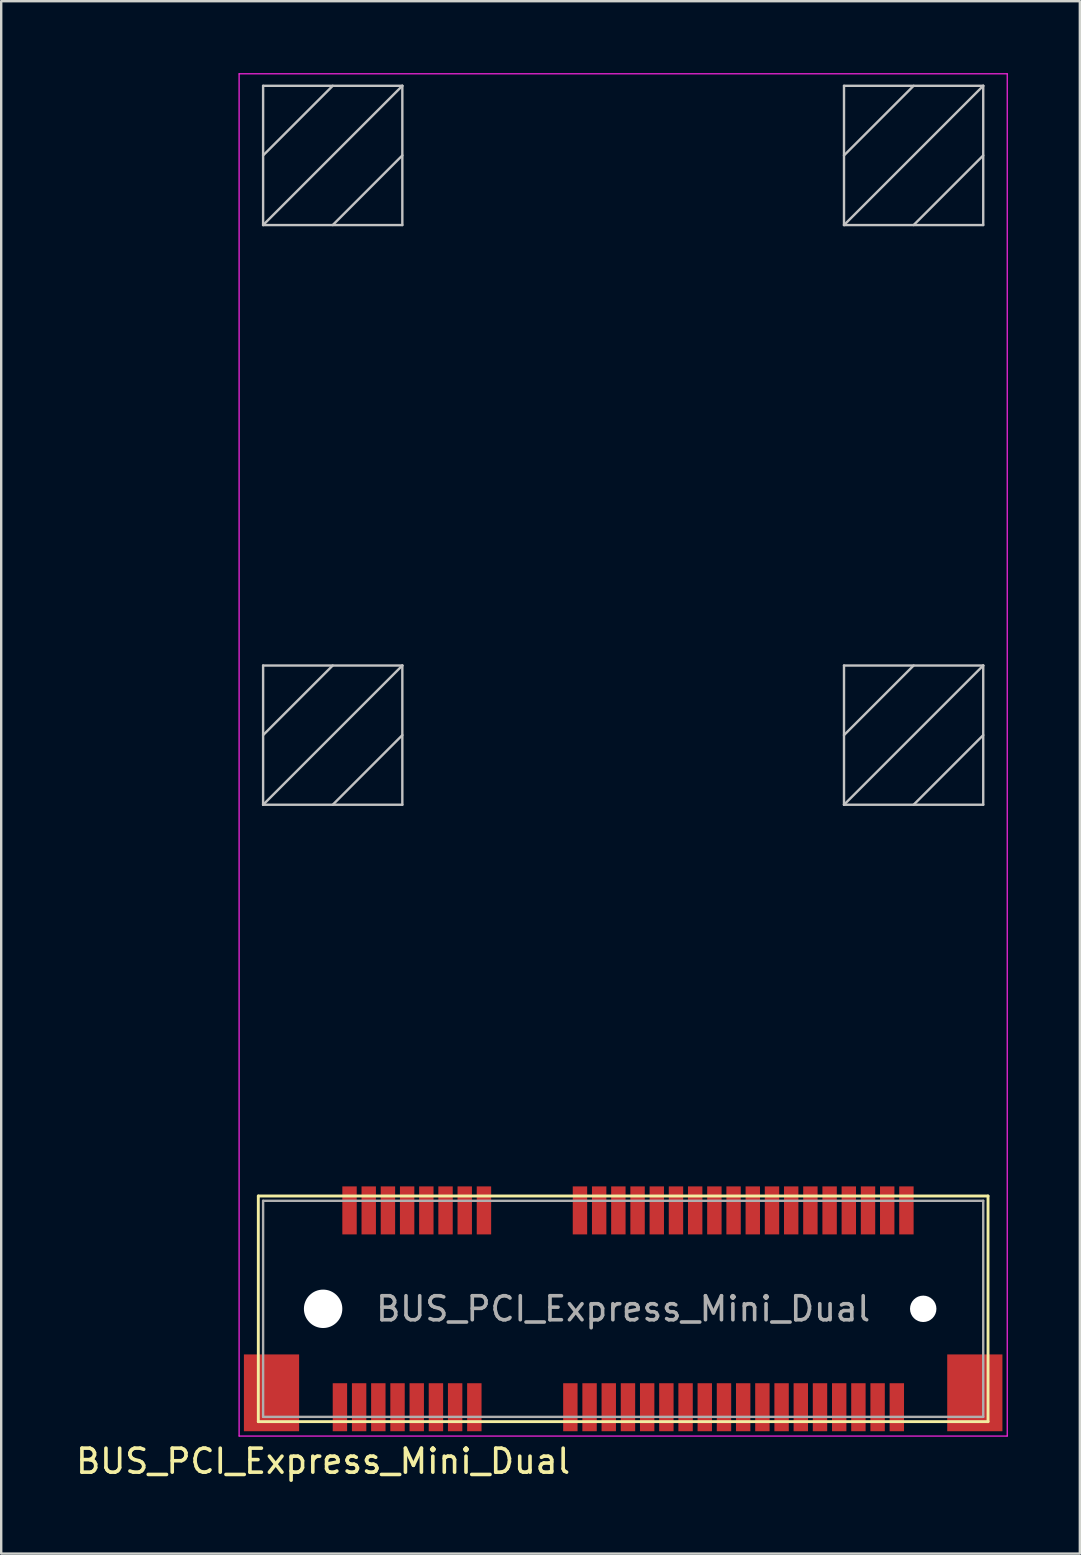
<source format=kicad_pcb>
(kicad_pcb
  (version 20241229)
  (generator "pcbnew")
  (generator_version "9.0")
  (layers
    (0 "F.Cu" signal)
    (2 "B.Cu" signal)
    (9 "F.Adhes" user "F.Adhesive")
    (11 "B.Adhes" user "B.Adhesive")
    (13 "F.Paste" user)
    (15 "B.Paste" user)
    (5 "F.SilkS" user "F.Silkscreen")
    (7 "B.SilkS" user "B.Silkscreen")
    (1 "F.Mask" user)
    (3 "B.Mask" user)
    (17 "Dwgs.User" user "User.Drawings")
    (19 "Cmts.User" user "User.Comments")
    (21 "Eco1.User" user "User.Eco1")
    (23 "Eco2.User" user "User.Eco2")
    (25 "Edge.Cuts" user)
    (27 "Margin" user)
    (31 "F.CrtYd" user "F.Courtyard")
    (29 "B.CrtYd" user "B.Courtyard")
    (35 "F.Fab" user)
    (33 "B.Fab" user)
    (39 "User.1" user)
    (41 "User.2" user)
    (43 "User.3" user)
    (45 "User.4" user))
  (footprint "BUS_PCI_Express_Mini_Dual"
    (layer "F.Cu")
    (at 22.911 51.475)
    (property "Reference" "BUS_PCI_Express_Mini_Dual" (at -12.5 6.35 180) (layer "F.SilkS") (effects (font (size 1 1) (thickness 0.15))))
    (attr smd)
    (fp_line (start -15.2 -4.7) (end -15.2 4.7) (stroke (width 0.12) (type solid)) (layer "F.SilkS"))
    (fp_line (start -15.2 4.7) (end 15.2 4.7) (stroke (width 0.12) (type solid)) (layer "F.SilkS"))
    (fp_line (start 15.2 -4.7) (end -15.2 -4.7) (stroke (width 0.12) (type solid)) (layer "F.SilkS"))
    (fp_line (start 15.2 4.7) (end 15.2 -4.7) (stroke (width 0.12) (type solid)) (layer "F.SilkS"))
    (fp_line (start -15 -50.95) (end -15 -45.15) (stroke (width 0.1) (type solid)) (layer "Dwgs.User"))
    (fp_line (start -15 -50.95) (end -9.2 -50.95) (stroke (width 0.1) (type solid)) (layer "Dwgs.User"))
    (fp_line (start -15 -45.15) (end -9.2 -45.15) (stroke (width 0.1) (type solid)) (layer "Dwgs.User"))
    (fp_line (start -15 -26.8) (end -15 -21) (stroke (width 0.1) (type solid)) (layer "Dwgs.User"))
    (fp_line (start -15 -21) (end -9.2 -21) (stroke (width 0.1) (type solid)) (layer "Dwgs.User"))
    (fp_line (start -12.1 -50.95) (end -15 -48.05) (stroke (width 0.1) (type solid)) (layer "Dwgs.User"))
    (fp_line (start -12.1 -26.8) (end -15 -23.9) (stroke (width 0.1) (type solid)) (layer "Dwgs.User"))
    (fp_line (start -9.2 -50.95) (end -15 -45.15) (stroke (width 0.1) (type solid)) (layer "Dwgs.User"))
    (fp_line (start -9.2 -50.95) (end -9.2 -45.15) (stroke (width 0.1) (type solid)) (layer "Dwgs.User"))
    (fp_line (start -9.2 -48.05) (end -12.1 -45.15) (stroke (width 0.1) (type solid)) (layer "Dwgs.User"))
    (fp_line (start -9.2 -26.8) (end -15 -26.8) (stroke (width 0.1) (type solid)) (layer "Dwgs.User"))
    (fp_line (start -9.2 -26.8) (end -15 -21) (stroke (width 0.1) (type solid)) (layer "Dwgs.User"))
    (fp_line (start -9.2 -23.9) (end -12.1 -21) (stroke (width 0.1) (type solid)) (layer "Dwgs.User"))
    (fp_line (start -9.2 -21) (end -9.2 -26.8) (stroke (width 0.1) (type solid)) (layer "Dwgs.User"))
    (fp_line (start 9.2 -50.95) (end 9.2 -45.15) (stroke (width 0.1) (type solid)) (layer "Dwgs.User"))
    (fp_line (start 9.2 -50.95) (end 15 -50.95) (stroke (width 0.1) (type solid)) (layer "Dwgs.User"))
    (fp_line (start 9.2 -45.15) (end 15 -45.15) (stroke (width 0.1) (type solid)) (layer "Dwgs.User"))
    (fp_line (start 9.2 -26.8) (end 15 -26.8) (stroke (width 0.1) (type solid)) (layer "Dwgs.User"))
    (fp_line (start 9.2 -21) (end 9.2 -26.8) (stroke (width 0.1) (type solid)) (layer "Dwgs.User"))
    (fp_line (start 12.1 -50.95) (end 9.2 -48.05) (stroke (width 0.1) (type solid)) (layer "Dwgs.User"))
    (fp_line (start 12.1 -26.8) (end 9.2 -23.9) (stroke (width 0.1) (type solid)) (layer "Dwgs.User"))
    (fp_line (start 15 -50.95) (end 9.2 -45.15) (stroke (width 0.1) (type solid)) (layer "Dwgs.User"))
    (fp_line (start 15 -50.95) (end 15 -45.15) (stroke (width 0.1) (type solid)) (layer "Dwgs.User"))
    (fp_line (start 15 -48.05) (end 12.1 -45.15) (stroke (width 0.1) (type solid)) (layer "Dwgs.User"))
    (fp_line (start 15 -26.8) (end 9.2 -21) (stroke (width 0.1) (type solid)) (layer "Dwgs.User"))
    (fp_line (start 15 -26.8) (end 15 -21) (stroke (width 0.1) (type solid)) (layer "Dwgs.User"))
    (fp_line (start 15 -23.9) (end 12.1 -21) (stroke (width 0.1) (type solid)) (layer "Dwgs.User"))
    (fp_line (start 15 -21) (end 9.2 -21) (stroke (width 0.1) (type solid)) (layer "Dwgs.User"))
    (fp_line (start -16 -51.45) (end 16 -51.45) (stroke (width 0.05) (type solid)) (layer "F.CrtYd"))
    (fp_line (start -16 5.3) (end -16 -51.45) (stroke (width 0.05) (type solid)) (layer "F.CrtYd"))
    (fp_line (start 16 -51.45) (end 16 5.3) (stroke (width 0.05) (type solid)) (layer "F.CrtYd"))
    (fp_line (start 16 5.3) (end -16 5.3) (stroke (width 0.05) (type solid)) (layer "F.CrtYd"))
    (fp_line (start -15 -4.5) (end -15 4.5) (stroke (width 0.1) (type solid)) (layer "F.Fab"))
    (fp_line (start -15 4.5) (end 15 4.5) (stroke (width 0.1) (type solid)) (layer "F.Fab"))
    (fp_line (start 15 -4.5) (end -15 -4.5) (stroke (width 0.1) (type solid)) (layer "F.Fab"))
    (fp_line (start 15 4.5) (end 15 -4.5) (stroke (width 0.1) (type solid)) (layer "F.Fab"))
    (fp_text user "${REFERENCE}" (at 0 0 0) (layer "F.Fab") (effects (font (size 1 1) (thickness 0.15))))
    (pad "" np_thru_hole circle (at -12.5 0) (size 1.6 1.6) (drill 1.6) (layers "*.Cu" "*.Mask"))
    (pad "" np_thru_hole circle (at 12.5 0) (size 1.1 1.1) (drill 1.1) (layers "*.Cu" "*.Mask"))
    (pad "1" smd rect (at -11.8 4.1) (size 0.6 2) (layers "F.Cu" "F.Mask" "F.Paste"))
    (pad "2" smd rect (at -11.4 -4.1) (size 0.6 2) (layers "F.Cu" "F.Mask" "F.Paste"))
    (pad "3" smd rect (at -11 4.1) (size 0.6 2) (layers "F.Cu" "F.Mask" "F.Paste"))
    (pad "4" smd rect (at -10.6 -4.1) (size 0.6 2) (layers "F.Cu" "F.Mask" "F.Paste"))
    (pad "5" smd rect (at -10.2 4.1) (size 0.6 2) (layers "F.Cu" "F.Mask" "F.Paste"))
    (pad "6" smd rect (at -9.8 -4.1) (size 0.6 2) (layers "F.Cu" "F.Mask" "F.Paste"))
    (pad "7" smd rect (at -9.4 4.1) (size 0.6 2) (layers "F.Cu" "F.Mask" "F.Paste"))
    (pad "8" smd rect (at -9 -4.1) (size 0.6 2) (layers "F.Cu" "F.Mask" "F.Paste"))
    (pad "9" smd rect (at -8.6 4.1) (size 0.6 2) (layers "F.Cu" "F.Mask" "F.Paste"))
    (pad "10" smd rect (at -8.2 -4.1) (size 0.6 2) (layers "F.Cu" "F.Mask" "F.Paste"))
    (pad "11" smd rect (at -7.8 4.1) (size 0.6 2) (layers "F.Cu" "F.Mask" "F.Paste"))
    (pad "12" smd rect (at -7.4 -4.1) (size 0.6 2) (layers "F.Cu" "F.Mask" "F.Paste"))
    (pad "13" smd rect (at -7 4.1) (size 0.6 2) (layers "F.Cu" "F.Mask" "F.Paste"))
    (pad "14" smd rect (at -6.6 -4.1) (size 0.6 2) (layers "F.Cu" "F.Mask" "F.Paste"))
    (pad "15" smd rect (at -6.2 4.1) (size 0.6 2) (layers "F.Cu" "F.Mask" "F.Paste"))
    (pad "16" smd rect (at -5.8 -4.1) (size 0.6 2) (layers "F.Cu" "F.Mask" "F.Paste"))
    (pad "17" smd rect (at -2.2 4.1) (size 0.6 2) (layers "F.Cu" "F.Mask" "F.Paste"))
    (pad "18" smd rect (at -1.8 -4.1) (size 0.6 2) (layers "F.Cu" "F.Mask" "F.Paste"))
    (pad "19" smd rect (at -1.4 4.1) (size 0.6 2) (layers "F.Cu" "F.Mask" "F.Paste"))
    (pad "20" smd rect (at -1 -4.1) (size 0.6 2) (layers "F.Cu" "F.Mask" "F.Paste"))
    (pad "21" smd rect (at -0.6 4.1) (size 0.6 2) (layers "F.Cu" "F.Mask" "F.Paste"))
    (pad "22" smd rect (at -0.2 -4.1) (size 0.6 2) (layers "F.Cu" "F.Mask" "F.Paste"))
    (pad "23" smd rect (at 0.2 4.1) (size 0.6 2) (layers "F.Cu" "F.Mask" "F.Paste"))
    (pad "24" smd rect (at 0.6 -4.1) (size 0.6 2) (layers "F.Cu" "F.Mask" "F.Paste"))
    (pad "25" smd rect (at 1 4.1) (size 0.6 2) (layers "F.Cu" "F.Mask" "F.Paste"))
    (pad "26" smd rect (at 1.4 -4.1) (size 0.6 2) (layers "F.Cu" "F.Mask" "F.Paste"))
    (pad "27" smd rect (at 1.8 4.1) (size 0.6 2) (layers "F.Cu" "F.Mask" "F.Paste"))
    (pad "28" smd rect (at 2.2 -4.1) (size 0.6 2) (layers "F.Cu" "F.Mask" "F.Paste"))
    (pad "29" smd rect (at 2.6 4.1) (size 0.6 2) (layers "F.Cu" "F.Mask" "F.Paste"))
    (pad "30" smd rect (at 3 -4.1) (size 0.6 2) (layers "F.Cu" "F.Mask" "F.Paste"))
    (pad "31" smd rect (at 3.4 4.1) (size 0.6 2) (layers "F.Cu" "F.Mask" "F.Paste"))
    (pad "32" smd rect (at 3.8 -4.1) (size 0.6 2) (layers "F.Cu" "F.Mask" "F.Paste"))
    (pad "33" smd rect (at 4.2 4.1) (size 0.6 2) (layers "F.Cu" "F.Mask" "F.Paste"))
    (pad "34" smd rect (at 4.6 -4.1) (size 0.6 2) (layers "F.Cu" "F.Mask" "F.Paste"))
    (pad "35" smd rect (at 5 4.1) (size 0.6 2) (layers "F.Cu" "F.Mask" "F.Paste"))
    (pad "36" smd rect (at 5.4 -4.1) (size 0.6 2) (layers "F.Cu" "F.Mask" "F.Paste"))
    (pad "37" smd rect (at 5.8 4.1) (size 0.6 2) (layers "F.Cu" "F.Mask" "F.Paste"))
    (pad "38" smd rect (at 6.2 -4.1) (size 0.6 2) (layers "F.Cu" "F.Mask" "F.Paste"))
    (pad "39" smd rect (at 6.6 4.1) (size 0.6 2) (layers "F.Cu" "F.Mask" "F.Paste"))
    (pad "40" smd rect (at 7 -4.1) (size 0.6 2) (layers "F.Cu" "F.Mask" "F.Paste"))
    (pad "41" smd rect (at 7.4 4.1) (size 0.6 2) (layers "F.Cu" "F.Mask" "F.Paste"))
    (pad "42" smd rect (at 7.8 -4.1) (size 0.6 2) (layers "F.Cu" "F.Mask" "F.Paste"))
    (pad "43" smd rect (at 8.2 4.1) (size 0.6 2) (layers "F.Cu" "F.Mask" "F.Paste"))
    (pad "44" smd rect (at 8.6 -4.1) (size 0.6 2) (layers "F.Cu" "F.Mask" "F.Paste"))
    (pad "45" smd rect (at 9 4.1) (size 0.6 2) (layers "F.Cu" "F.Mask" "F.Paste"))
    (pad "46" smd rect (at 9.4 -4.1) (size 0.6 2) (layers "F.Cu" "F.Mask" "F.Paste"))
    (pad "47" smd rect (at 9.8 4.1) (size 0.6 2) (layers "F.Cu" "F.Mask" "F.Paste"))
    (pad "48" smd rect (at 10.2 -4.1) (size 0.6 2) (layers "F.Cu" "F.Mask" "F.Paste"))
    (pad "49" smd rect (at 10.6 4.1) (size 0.6 2) (layers "F.Cu" "F.Mask" "F.Paste"))
    (pad "50" smd rect (at 11 -4.1) (size 0.6 2) (layers "F.Cu" "F.Mask" "F.Paste"))
    (pad "51" smd rect (at 11.4 4.1) (size 0.6 2) (layers "F.Cu" "F.Mask" "F.Paste"))
    (pad "52" smd rect (at 11.8 -4.1) (size 0.6 2) (layers "F.Cu" "F.Mask" "F.Paste"))
    (pad "MP" smd rect (at -14.65 3.5) (size 2.3 3.2) (layers "F.Cu" "F.Mask" "F.Paste"))
    (pad "MP" smd rect (at 14.65 3.5) (size 2.3 3.2) (layers "F.Cu" "F.Mask" "F.Paste")))
  (gr_rect
    (start -3 -3)
    (end 41.936 61.673)
    (stroke (width 0.1) (type default))
    (fill no)
    (layer "Edge.Cuts")))
</source>
